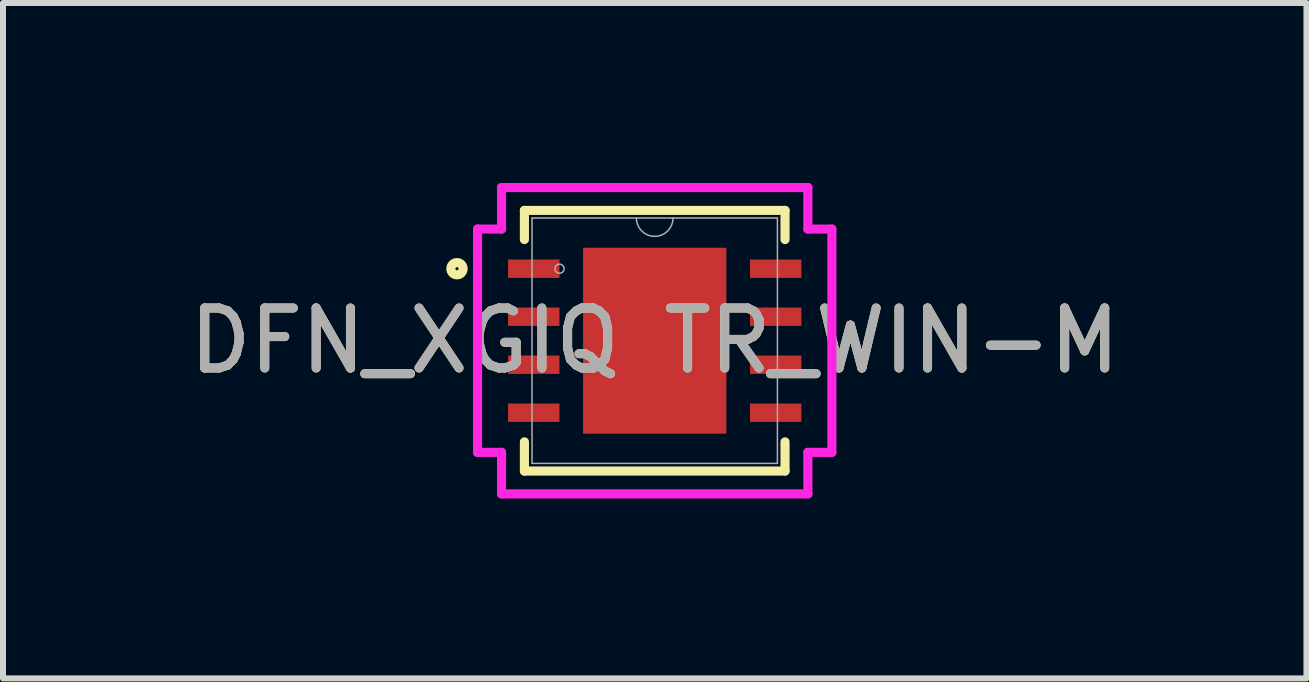
<source format=kicad_pcb>
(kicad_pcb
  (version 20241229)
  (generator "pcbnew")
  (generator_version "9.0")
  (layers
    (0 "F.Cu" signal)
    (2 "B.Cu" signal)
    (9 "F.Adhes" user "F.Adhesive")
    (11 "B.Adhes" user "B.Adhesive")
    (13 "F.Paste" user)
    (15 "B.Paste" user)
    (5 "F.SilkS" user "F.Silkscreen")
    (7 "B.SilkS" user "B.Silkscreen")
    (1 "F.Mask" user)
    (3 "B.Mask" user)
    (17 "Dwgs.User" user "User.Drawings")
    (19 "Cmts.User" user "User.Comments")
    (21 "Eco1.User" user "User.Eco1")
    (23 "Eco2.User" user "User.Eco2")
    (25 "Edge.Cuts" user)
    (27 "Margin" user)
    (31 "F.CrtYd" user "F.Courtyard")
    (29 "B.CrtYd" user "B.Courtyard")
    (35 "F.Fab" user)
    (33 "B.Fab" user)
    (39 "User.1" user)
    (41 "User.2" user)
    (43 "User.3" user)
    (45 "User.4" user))
  (footprint "DFN_XGIQ TR_WIN-M"
    (layer "F.Cu")
    (at 7.863 2.629)
    (property "Reference" "DFN_XGIQ TR_WIN-M" (at 0 0 0) (unlocked yes) (layer "F.SilkS") (effects (font (size 1 1) (thickness 0.15))))
    (attr smd)
    (fp_line (start -2.172 -2.172) (end -2.172 -1.686) (stroke (width 0.152) (type solid)) (layer "F.SilkS"))
    (fp_line (start -2.172 1.686) (end -2.172 2.172) (stroke (width 0.152) (type solid)) (layer "F.SilkS"))
    (fp_line (start -2.172 2.172) (end 2.172 2.172) (stroke (width 0.152) (type solid)) (layer "F.SilkS"))
    (fp_line (start 2.172 -2.172) (end -2.172 -2.172) (stroke (width 0.152) (type solid)) (layer "F.SilkS"))
    (fp_line (start 2.172 -1.686) (end 2.172 -2.172) (stroke (width 0.152) (type solid)) (layer "F.SilkS"))
    (fp_line (start 2.172 2.172) (end 2.172 1.686) (stroke (width 0.152) (type solid)) (layer "F.SilkS"))
    (fp_circle (center -3.296 -1.2) (end -3.194 -1.2) (stroke (width 0.152) (type solid)) (fill no) (layer "F.SilkS"))
    (fp_poly (pts (xy -1.094 -1.449) (xy -1.094 -0.1) (xy 1.094 -0.1) (xy 1.094 -1.449)) (stroke (width 0) (type solid)) (fill yes) (layer "F.Paste"))
    (fp_poly (pts (xy -1.094 0.1) (xy -1.094 1.449) (xy 1.094 1.449) (xy 1.094 0.1)) (stroke (width 0) (type solid)) (fill yes) (layer "F.Paste"))
    (fp_line (start -2.953 -1.861) (end -2.553 -1.861) (stroke (width 0.152) (type solid)) (layer "F.CrtYd"))
    (fp_line (start -2.953 1.861) (end -2.953 -1.861) (stroke (width 0.152) (type solid)) (layer "F.CrtYd"))
    (fp_line (start -2.953 1.861) (end -2.553 1.861) (stroke (width 0.152) (type solid)) (layer "F.CrtYd"))
    (fp_line (start -2.553 -2.553) (end 2.553 -2.553) (stroke (width 0.152) (type solid)) (layer "F.CrtYd"))
    (fp_line (start -2.553 -1.861) (end -2.553 -2.553) (stroke (width 0.152) (type solid)) (layer "F.CrtYd"))
    (fp_line (start -2.553 2.553) (end -2.553 1.861) (stroke (width 0.152) (type solid)) (layer "F.CrtYd"))
    (fp_line (start 2.553 -2.553) (end 2.553 -1.861) (stroke (width 0.152) (type solid)) (layer "F.CrtYd"))
    (fp_line (start 2.553 1.861) (end 2.553 2.553) (stroke (width 0.152) (type solid)) (layer "F.CrtYd"))
    (fp_line (start 2.553 2.553) (end -2.553 2.553) (stroke (width 0.152) (type solid)) (layer "F.CrtYd"))
    (fp_line (start 2.953 -1.861) (end 2.553 -1.861) (stroke (width 0.152) (type solid)) (layer "F.CrtYd"))
    (fp_line (start 2.953 -1.861) (end 2.953 1.861) (stroke (width 0.152) (type solid)) (layer "F.CrtYd"))
    (fp_line (start 2.953 1.861) (end 2.553 1.861) (stroke (width 0.152) (type solid)) (layer "F.CrtYd"))
    (fp_line (start -2.045 -2.045) (end -2.045 2.045) (stroke (width 0.025) (type solid)) (layer "F.Fab"))
    (fp_line (start -2.045 2.045) (end 2.045 2.045) (stroke (width 0.025) (type solid)) (layer "F.Fab"))
    (fp_line (start 2.045 -2.045) (end -2.045 -2.045) (stroke (width 0.025) (type solid)) (layer "F.Fab"))
    (fp_line (start 2.045 2.045) (end 2.045 -2.045) (stroke (width 0.025) (type solid)) (layer "F.Fab"))
    (fp_arc (start 0.3048 -2.0447) (mid 0 -1.7399) (end -0.3048 -2.0447) (stroke (width 0.0254) (type solid)) (layer "F.Fab"))
    (fp_circle (center -1.587 -1.2) (end -1.511 -1.2) (stroke (width 0.025) (type solid)) (fill no) (layer "F.Fab"))
    (fp_text user "${REFERENCE}" (at 0 0 0) (unlocked yes) (layer "F.Fab") (effects (font (size 1 1) (thickness 0.15))))
    (pad "1" smd rect (at -2.016 -1.2) (size 0.857 0.306) (layers "F.Cu" "F.Mask" "F.Paste"))
    (pad "2" smd rect (at -2.016 -0.4) (size 0.857 0.306) (layers "F.Cu" "F.Mask" "F.Paste"))
    (pad "3" smd rect (at -2.016 0.4) (size 0.857 0.306) (layers "F.Cu" "F.Mask" "F.Paste"))
    (pad "4" smd rect (at -2.016 1.2) (size 0.857 0.306) (layers "F.Cu" "F.Mask" "F.Paste"))
    (pad "5" smd rect (at 2.016 1.2) (size 0.857 0.306) (layers "F.Cu" "F.Mask" "F.Paste"))
    (pad "6" smd rect (at 2.016 0.4) (size 0.857 0.306) (layers "F.Cu" "F.Mask" "F.Paste"))
    (pad "7" smd rect (at 2.016 -0.4) (size 0.857 0.306) (layers "F.Cu" "F.Mask" "F.Paste"))
    (pad "8" smd rect (at 2.016 -1.2) (size 0.857 0.306) (layers "F.Cu" "F.Mask" "F.Paste"))
    (pad "9" smd rect (at 0 0) (size 2.388 3.099) (layers "F.Cu" "F.Mask" "F.Paste")))
  (gr_rect
    (start -3 -3)
    (end 18.726 8.258)
    (stroke (width 0.1) (type default))
    (fill no)
    (layer "Edge.Cuts")))
</source>
